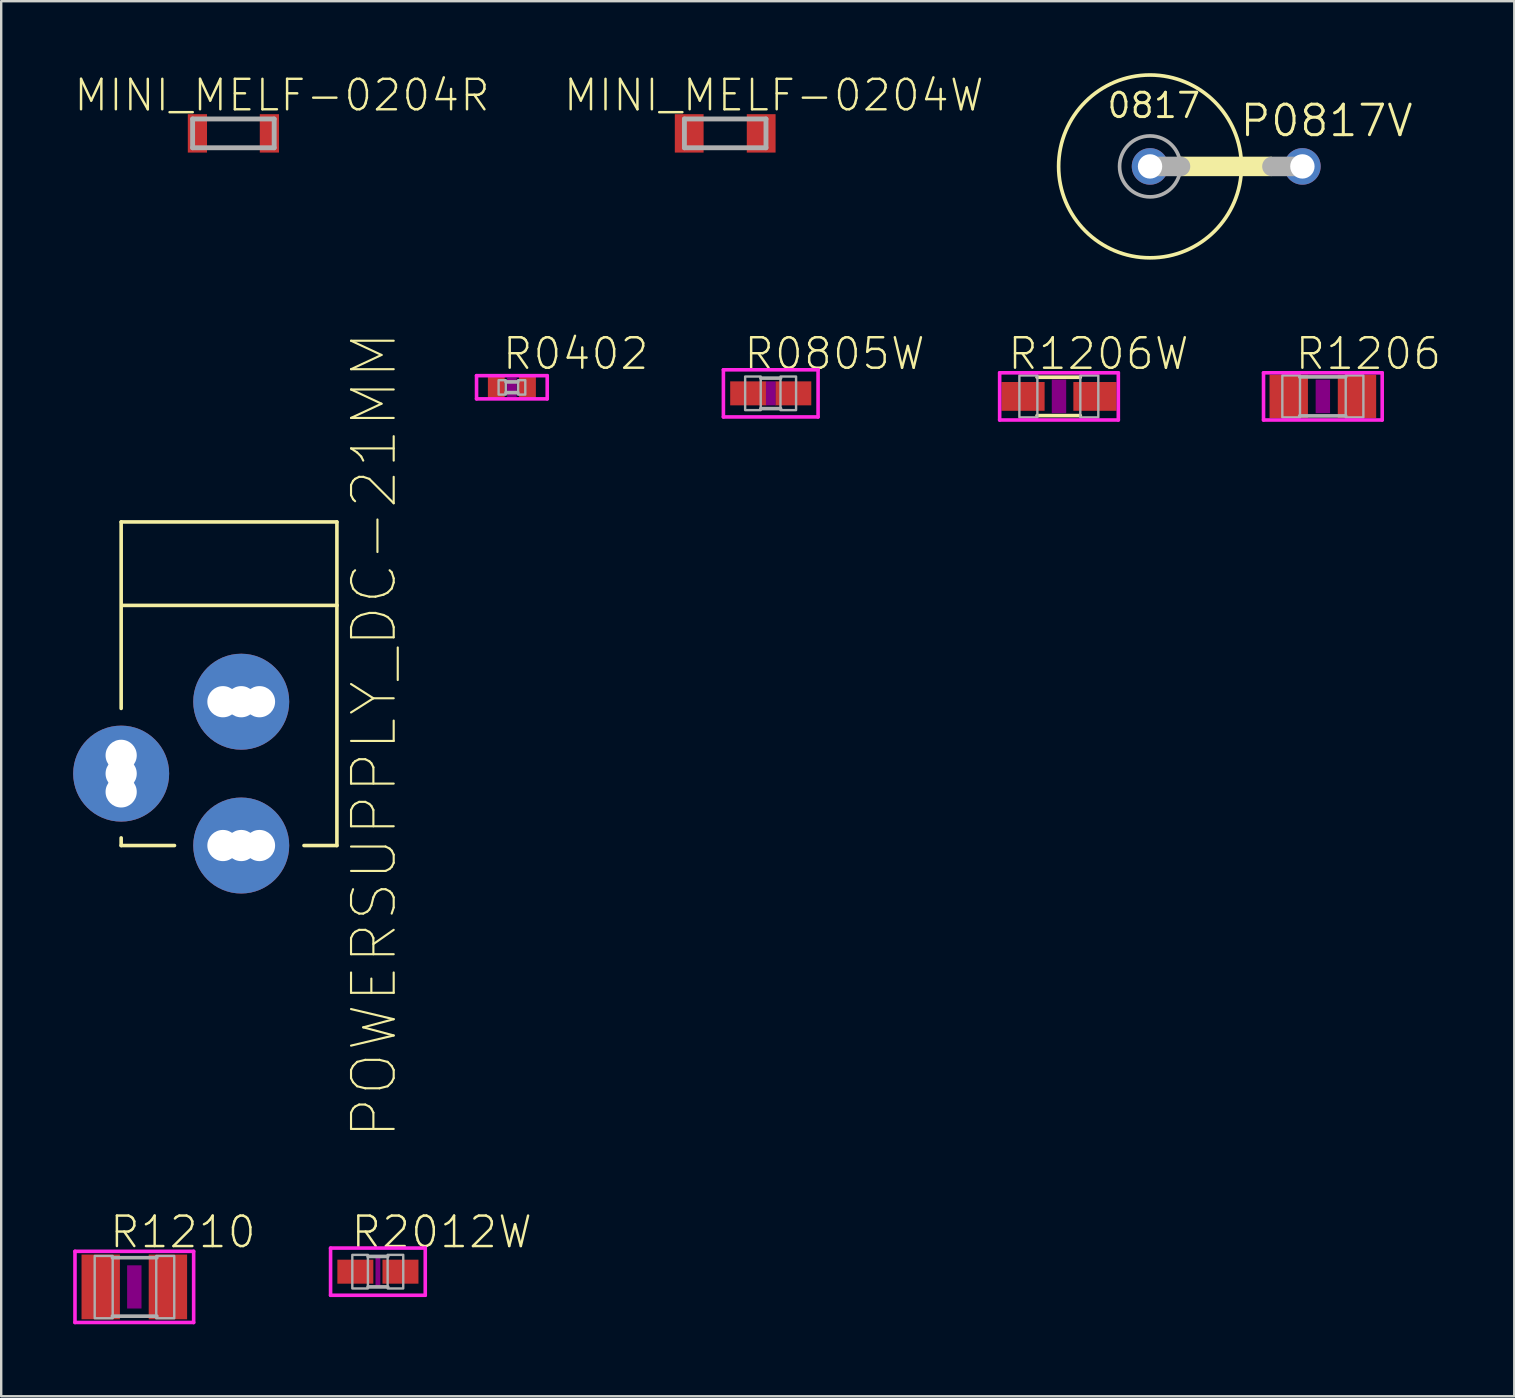
<source format=kicad_pcb>
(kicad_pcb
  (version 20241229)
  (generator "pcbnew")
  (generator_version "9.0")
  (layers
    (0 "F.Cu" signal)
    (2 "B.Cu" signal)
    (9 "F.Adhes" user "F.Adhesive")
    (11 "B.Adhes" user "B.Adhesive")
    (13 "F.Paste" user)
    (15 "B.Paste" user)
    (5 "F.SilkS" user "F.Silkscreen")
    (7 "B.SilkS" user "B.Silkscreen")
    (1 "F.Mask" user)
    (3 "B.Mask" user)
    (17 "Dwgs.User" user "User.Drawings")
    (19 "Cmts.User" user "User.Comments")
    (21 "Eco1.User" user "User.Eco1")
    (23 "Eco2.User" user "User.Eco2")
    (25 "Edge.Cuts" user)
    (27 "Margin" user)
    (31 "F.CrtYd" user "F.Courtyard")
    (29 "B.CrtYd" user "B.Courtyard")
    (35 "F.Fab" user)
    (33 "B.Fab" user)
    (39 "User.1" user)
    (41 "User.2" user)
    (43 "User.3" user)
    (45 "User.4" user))
  (footprint "R1210"
    (layer "F.Cu")
    (at 2.548 50.588)
    (property "Reference" "R1210" (at 2.026 -2.286 0) (layer "F.SilkS") (effects (font (size 1.27 1.27) (thickness 0.102))))
    (attr through_hole)
    (fp_poly (pts (xy -0.3 -0.9) (xy 0.3 -0.9) (xy 0.3 0.9) (xy -0.3 0.9)) (stroke (width 0) (type solid)) (fill yes) (layer "F.Adhes"))
    (fp_line (start -2.473 -1.483) (end 2.473 -1.483) (stroke (width 0.15) (type solid)) (layer "F.CrtYd"))
    (fp_line (start -2.473 1.483) (end -2.473 -1.483) (stroke (width 0.15) (type solid)) (layer "F.CrtYd"))
    (fp_line (start 2.473 -1.483) (end 2.473 1.483) (stroke (width 0.15) (type solid)) (layer "F.CrtYd"))
    (fp_line (start 2.473 1.483) (end -2.473 1.483) (stroke (width 0.15) (type solid)) (layer "F.CrtYd"))
    (fp_line (start -0.913 -1.219) (end 0.939 -1.219) (stroke (width 0.152) (type solid)) (layer "F.Fab"))
    (fp_line (start -0.913 1.219) (end 0.939 1.219) (stroke (width 0.152) (type solid)) (layer "F.Fab"))
    (fp_poly (pts (xy -1.651 -1.292) (xy -0.901 -1.292) (xy -0.901 1.308) (xy -1.651 1.308)) (stroke (width 0.1) (type solid)) (fill no) (layer "F.Fab"))
    (fp_poly (pts (xy 0.914 -1.292) (xy 1.665 -1.292) (xy 1.665 1.308) (xy 0.914 1.308)) (stroke (width 0.1) (type solid)) (fill no) (layer "F.Fab"))
    (pad "1" smd rect (at -1.4 0) (size 1.6 2.7) (layers "F.Cu" "F.Mask" "F.Paste"))
    (pad "2" smd rect (at 1.4 0) (size 1.6 2.7) (layers "F.Cu" "F.Mask" "F.Paste")))
  (footprint "R2012W"
    (layer "F.Cu")
    (at 12.701 49.953)
    (property "Reference" "R2012W" (at 2.661 -1.651 0) (layer "F.SilkS") (effects (font (size 1.27 1.27) (thickness 0.102))))
    (attr through_hole)
    (fp_poly (pts (xy -0.1 -0.6) (xy 0.1 -0.6) (xy 0.1 0.6) (xy -0.1 0.6)) (stroke (width 0) (type solid)) (fill yes) (layer "F.Adhes"))
    (fp_line (start -1.973 -0.983) (end 1.973 -0.983) (stroke (width 0.15) (type solid)) (layer "F.CrtYd"))
    (fp_line (start -1.973 0.983) (end -1.973 -0.983) (stroke (width 0.15) (type solid)) (layer "F.CrtYd"))
    (fp_line (start 1.973 -0.983) (end 1.973 0.983) (stroke (width 0.15) (type solid)) (layer "F.CrtYd"))
    (fp_line (start 1.973 0.983) (end -1.973 0.983) (stroke (width 0.15) (type solid)) (layer "F.CrtYd"))
    (fp_line (start -0.41 -0.635) (end 0.41 -0.635) (stroke (width 0.152) (type solid)) (layer "F.Fab"))
    (fp_line (start -0.41 0.635) (end 0.41 0.635) (stroke (width 0.152) (type solid)) (layer "F.Fab"))
    (fp_poly (pts (xy -1.067 -0.702) (xy -0.417 -0.702) (xy -0.417 0.699) (xy -1.067 0.699)) (stroke (width 0.1) (type solid)) (fill no) (layer "F.Fab"))
    (fp_poly (pts (xy 0.406 -0.702) (xy 1.056 -0.702) (xy 1.056 0.699) (xy 0.406 0.699)) (stroke (width 0.1) (type solid)) (fill no) (layer "F.Fab"))
    (pad "1" smd rect (at -0.94 0) (size 1.5 1) (layers "F.Cu" "F.Mask" "F.Paste"))
    (pad "2" smd rect (at 0.94 0) (size 1.5 1) (layers "F.Cu" "F.Mask" "F.Paste")))
  (footprint "P0817V"
    (layer "F.Cu")
    (at 49.963 3.886)
    (property "Reference" "P0817V" (at 2.28 -1.905 0) (layer "F.SilkS") (effects (font (size 1.27 1.27) (thickness 0.127))))
    (attr through_hole)
    (fp_circle (center -5.08 0) (end -1.27 0) (stroke (width 0.152) (type solid)) (fill no) (layer "F.SilkS"))
    (fp_poly (pts (xy -3.81 -0.406) (xy 0 -0.406) (xy 0 0.406) (xy -3.81 0.406)) (stroke (width 0) (type solid)) (fill yes) (layer "F.SilkS"))
    (fp_line (start -3.81 0) (end -5.08 0) (stroke (width 0.813) (type solid)) (layer "F.Fab"))
    (fp_line (start 1.27 0) (end 0 0) (stroke (width 0.813) (type solid)) (layer "F.Fab"))
    (fp_circle (center -5.08 0) (end -3.81 0) (stroke (width 0.152) (type solid)) (fill no) (layer "F.Fab"))
    (fp_text user "0817" (at -4.923 -2.54 0) (layer "F.SilkS") (effects (font (size 1.016 1.016) (thickness 0.122))))
    (pad "1" thru_hole circle (at -5.08 0) (size 1.524 1.524) (drill 1.016) (layers "*.Cu" "*.Mask"))
    (pad "2" thru_hole circle (at 1.27 0) (size 1.524 1.524) (drill 1.016) (layers "*.Cu" "*.Mask")))
  (footprint "MINI_MELF-0204R"
    (layer "F.Cu")
    (at 6.678 2.509)
    (property "Reference" "MINI_MELF-0204R" (at 2.026 -1.587 0) (layer "F.SilkS") (effects (font (size 1.27 1.27) (thickness 0.102))))
    (attr through_hole)
    (fp_line (start -1.7 -0.6) (end -1.7 0.6) (stroke (width 0.203) (type solid)) (layer "F.Fab"))
    (fp_line (start -1.7 0.6) (end 1.7 0.6) (stroke (width 0.203) (type solid)) (layer "F.Fab"))
    (fp_line (start 1.7 -0.6) (end -1.7 -0.6) (stroke (width 0.203) (type solid)) (layer "F.Fab"))
    (fp_line (start 1.7 0.6) (end 1.7 -0.6) (stroke (width 0.203) (type solid)) (layer "F.Fab"))
    (pad "1" smd rect (at -1.5 0) (size 0.8 1.6) (layers "F.Cu" "F.Mask" "F.Paste"))
    (pad "2" smd rect (at 1.5 0) (size 0.8 1.6) (layers "F.Cu" "F.Mask" "F.Paste")))
  (footprint "R0805W"
    (layer "F.Cu")
    (at 29.074 13.345)
    (property "Reference" "R0805W" (at 2.661 -1.651 0) (layer "F.SilkS") (effects (font (size 1.27 1.27) (thickness 0.102))))
    (attr through_hole)
    (fp_poly (pts (xy -0.2 -0.5) (xy 0.2 -0.5) (xy 0.2 0.5) (xy -0.2 0.5)) (stroke (width 0) (type solid)) (fill yes) (layer "F.Adhes"))
    (fp_line (start -1.973 -0.983) (end 1.973 -0.983) (stroke (width 0.15) (type solid)) (layer "F.CrtYd"))
    (fp_line (start -1.973 0.983) (end -1.973 -0.983) (stroke (width 0.15) (type solid)) (layer "F.CrtYd"))
    (fp_line (start 1.973 -0.983) (end 1.973 0.983) (stroke (width 0.15) (type solid)) (layer "F.CrtYd"))
    (fp_line (start 1.973 0.983) (end -1.973 0.983) (stroke (width 0.15) (type solid)) (layer "F.CrtYd"))
    (fp_line (start -0.41 -0.635) (end 0.41 -0.635) (stroke (width 0.152) (type solid)) (layer "F.Fab"))
    (fp_line (start -0.41 0.635) (end 0.41 0.635) (stroke (width 0.152) (type solid)) (layer "F.Fab"))
    (fp_poly (pts (xy -1.067 -0.702) (xy -0.417 -0.702) (xy -0.417 0.699) (xy -1.067 0.699)) (stroke (width 0.1) (type solid)) (fill no) (layer "F.Fab"))
    (fp_poly (pts (xy 0.406 -0.702) (xy 1.056 -0.702) (xy 1.056 0.699) (xy 0.406 0.699)) (stroke (width 0.1) (type solid)) (fill no) (layer "F.Fab"))
    (pad "1" smd rect (at -0.94 0) (size 1.5 1) (layers "F.Cu" "F.Mask" "F.Paste"))
    (pad "2" smd rect (at 0.94 0) (size 1.5 1) (layers "F.Cu" "F.Mask" "F.Paste")))
  (footprint "R1206"
    (layer "F.Cu")
    (at 52.086 13.472)
    (property "Reference" "R1206" (at 1.899 -1.778 0) (layer "F.SilkS") (effects (font (size 1.27 1.27) (thickness 0.102))))
    (attr through_hole)
    (fp_poly (pts (xy -0.3 -0.7) (xy 0.3 -0.7) (xy 0.3 0.7) (xy -0.3 0.7)) (stroke (width 0) (type solid)) (fill yes) (layer "F.Adhes"))
    (fp_line (start -2.473 -0.983) (end 2.473 -0.983) (stroke (width 0.15) (type solid)) (layer "F.CrtYd"))
    (fp_line (start -2.473 0.983) (end -2.473 -0.983) (stroke (width 0.15) (type solid)) (layer "F.CrtYd"))
    (fp_line (start 2.473 -0.983) (end 2.473 0.983) (stroke (width 0.15) (type solid)) (layer "F.CrtYd"))
    (fp_line (start 2.473 0.983) (end -2.473 0.983) (stroke (width 0.15) (type solid)) (layer "F.CrtYd"))
    (fp_line (start 0.953 -0.813) (end -0.965 -0.813) (stroke (width 0.152) (type solid)) (layer "F.Fab"))
    (fp_line (start 0.953 0.813) (end -0.965 0.813) (stroke (width 0.152) (type solid)) (layer "F.Fab"))
    (fp_poly (pts (xy -1.689 -0.876) (xy -0.953 -0.876) (xy -0.953 0.876) (xy -1.689 0.876)) (stroke (width 0.1) (type solid)) (fill no) (layer "F.Fab"))
    (fp_poly (pts (xy 0.953 -0.876) (xy 1.689 -0.876) (xy 1.689 0.876) (xy 0.953 0.876)) (stroke (width 0.1) (type solid)) (fill no) (layer "F.Fab"))
    (pad "1" smd rect (at -1.422 0) (size 1.6 1.803) (layers "F.Cu" "F.Mask" "F.Paste"))
    (pad "2" smd rect (at 1.422 0) (size 1.6 1.803) (layers "F.Cu" "F.Mask" "F.Paste")))
  (footprint "POWERSUPPLY_DC-21MM"
    (layer "F.Cu")
    (at 7.08 25.841)
    (property "Reference" "POWERSUPPLY_DC-21MM" (at 5.461 1.736 90) (layer "F.SilkS") (effects (font (size 1.778 1.778) (thickness 0.089))))
    (attr through_hole)
    (fp_line (start -5.08 -7.137) (end -5.08 0.635) (stroke (width 0.15) (type solid)) (layer "F.SilkS"))
    (fp_line (start -5.08 6.35) (end -5.08 6.032) (stroke (width 0.15) (type solid)) (layer "F.SilkS"))
    (fp_line (start -5.055 -3.658) (end 3.912 -3.658) (stroke (width 0.15) (type solid)) (layer "F.SilkS"))
    (fp_line (start -2.857 6.35) (end -5.08 6.35) (stroke (width 0.15) (type solid)) (layer "F.SilkS"))
    (fp_line (start 2.54 6.35) (end 3.912 6.35) (stroke (width 0.15) (type solid)) (layer "F.SilkS"))
    (fp_line (start 3.912 -7.137) (end -5.08 -7.137) (stroke (width 0.15) (type solid)) (layer "F.SilkS"))
    (fp_line (start 3.912 -3.658) (end 3.912 -7.137) (stroke (width 0.15) (type solid)) (layer "F.SilkS"))
    (fp_line (start 3.912 6.35) (end 3.912 -3.658) (stroke (width 0.15) (type solid)) (layer "F.SilkS"))
    (pad "1" thru_hole circle (at -5.08 3.353) (size 4 4) (drill 1.3) (layers "*.Cu" "*.Mask"))
    (pad "2" thru_hole circle (at -0.076 6.35) (size 4 4) (drill 1.3) (layers "*.Cu" "*.Mask"))
    (pad "3" thru_hole circle (at -0.076 0.356) (size 4 4) (drill 1.3) (layers "*.Cu" "*.Mask"))
    (pad "4" thru_hole circle (at -5.08 4.115) (size 1.95 1.95) (drill 1.3) (layers "*.Cu" "*.Mask"))
    (pad "5" thru_hole circle (at -5.08 2.591) (size 1.95 1.95) (drill 1.3) (layers "*.Cu" "*.Mask"))
    (pad "6" thru_hole circle (at -0.838 0.356) (size 1.95 1.95) (drill 1.3) (layers "*.Cu" "*.Mask"))
    (pad "7" thru_hole circle (at 0.686 0.356) (size 1.95 1.95) (drill 1.3) (layers "*.Cu" "*.Mask"))
    (pad "8" thru_hole circle (at -0.838 6.35) (size 1.95 1.95) (drill 1.3) (layers "*.Cu" "*.Mask"))
    (pad "9" thru_hole circle (at 0.686 6.35) (size 1.95 1.95) (drill 1.3) (layers "*.Cu" "*.Mask")))
  (footprint "R0402"
    (layer "F.Cu")
    (at 18.285 13.091)
    (property "Reference" "R0402" (at 2.661 -1.397 0) (layer "F.SilkS") (effects (font (size 1.27 1.27) (thickness 0.102))))
    (attr through_hole)
    (fp_poly (pts (xy -0.2 -0.4) (xy 0.2 -0.4) (xy 0.2 0.4) (xy -0.2 0.4)) (stroke (width 0) (type solid)) (fill yes) (layer "F.Adhes"))
    (fp_line (start -1.473 -0.483) (end 1.473 -0.483) (stroke (width 0.15) (type solid)) (layer "F.CrtYd"))
    (fp_line (start -1.473 0.483) (end -1.473 -0.483) (stroke (width 0.15) (type solid)) (layer "F.CrtYd"))
    (fp_line (start 1.473 -0.483) (end 1.473 0.483) (stroke (width 0.15) (type solid)) (layer "F.CrtYd"))
    (fp_line (start 1.473 0.483) (end -1.473 0.483) (stroke (width 0.15) (type solid)) (layer "F.CrtYd"))
    (fp_line (start -0.245 -0.224) (end 0.245 -0.224) (stroke (width 0.152) (type solid)) (layer "F.Fab"))
    (fp_line (start 0.245 0.224) (end -0.245 0.224) (stroke (width 0.152) (type solid)) (layer "F.Fab"))
    (fp_poly (pts (xy -0.554 -0.295) (xy -0.254 -0.295) (xy -0.254 0.305) (xy -0.554 0.305)) (stroke (width 0.1) (type solid)) (fill no) (layer "F.Fab"))
    (fp_poly (pts (xy 0.259 -0.295) (xy 0.559 -0.295) (xy 0.559 0.305) (xy 0.259 0.305)) (stroke (width 0.1) (type solid)) (fill no) (layer "F.Fab"))
    (pad "1" smd rect (at -0.65 0) (size 0.7 0.9) (layers "F.Cu" "F.Mask" "F.Paste"))
    (pad "2" smd rect (at 0.65 0) (size 0.7 0.9) (layers "F.Cu" "F.Mask" "F.Paste")))
  (footprint "MINI_MELF-0204W"
    (layer "F.Cu")
    (at 27.176 2.509)
    (property "Reference" "MINI_MELF-0204W" (at 2.026 -1.587 0) (layer "F.SilkS") (effects (font (size 1.27 1.27) (thickness 0.102))))
    (attr through_hole)
    (fp_line (start -1.7 -0.6) (end -1.7 0.6) (stroke (width 0.203) (type solid)) (layer "F.Fab"))
    (fp_line (start -1.7 0.6) (end 1.7 0.6) (stroke (width 0.203) (type solid)) (layer "F.Fab"))
    (fp_line (start 1.7 -0.6) (end -1.7 -0.6) (stroke (width 0.203) (type solid)) (layer "F.Fab"))
    (fp_line (start 1.7 0.6) (end 1.7 -0.6) (stroke (width 0.203) (type solid)) (layer "F.Fab"))
    (pad "1" smd rect (at -1.5 0) (size 1.2 1.6) (layers "F.Cu" "F.Mask" "F.Paste"))
    (pad "2" smd rect (at 1.5 0) (size 1.2 1.6) (layers "F.Cu" "F.Mask" "F.Paste")))
  (footprint "R1206W"
    (layer "F.Cu")
    (at 41.088 13.472)
    (property "Reference" "R1206W" (at 1.645 -1.778 0) (layer "F.SilkS") (effects (font (size 1.27 1.27) (thickness 0.102))))
    (attr through_hole)
    (fp_line (start -0.913 -0.8) (end 0.888 -0.8) (stroke (width 0.152) (type solid)) (layer "F.SilkS"))
    (fp_line (start -0.913 0.8) (end 0.888 0.8) (stroke (width 0.152) (type solid)) (layer "F.SilkS"))
    (fp_poly (pts (xy -0.3 -0.7) (xy 0.3 -0.7) (xy 0.3 0.7) (xy -0.3 0.7)) (stroke (width 0) (type solid)) (fill yes) (layer "F.Adhes"))
    (fp_line (start -2.473 -0.983) (end 2.473 -0.983) (stroke (width 0.15) (type solid)) (layer "F.CrtYd"))
    (fp_line (start -2.473 0.983) (end -2.473 -0.983) (stroke (width 0.15) (type solid)) (layer "F.CrtYd"))
    (fp_line (start 2.473 -0.983) (end 2.473 0.983) (stroke (width 0.15) (type solid)) (layer "F.CrtYd"))
    (fp_line (start 2.473 0.983) (end -2.473 0.983) (stroke (width 0.15) (type solid)) (layer "F.CrtYd"))
    (fp_poly (pts (xy -1.651 -0.874) (xy -0.901 -0.874) (xy -0.901 0.876) (xy -1.651 0.876)) (stroke (width 0.1) (type solid)) (fill no) (layer "F.Fab"))
    (fp_poly (pts (xy 0.889 -0.874) (xy 1.639 -0.874) (xy 1.639 0.876) (xy 0.889 0.876)) (stroke (width 0.1) (type solid)) (fill no) (layer "F.Fab"))
    (pad "1" smd rect (at -1.499 0) (size 1.8 1.2) (layers "F.Cu" "F.Mask" "F.Paste"))
    (pad "2" smd rect (at 1.499 0) (size 1.8 1.2) (layers "F.Cu" "F.Mask" "F.Paste")))
  (gr_rect
    (start -3 -3)
    (end 60.064 55.146)
    (stroke (width 0.1) (type default))
    (fill no)
    (layer "Edge.Cuts")))
</source>
